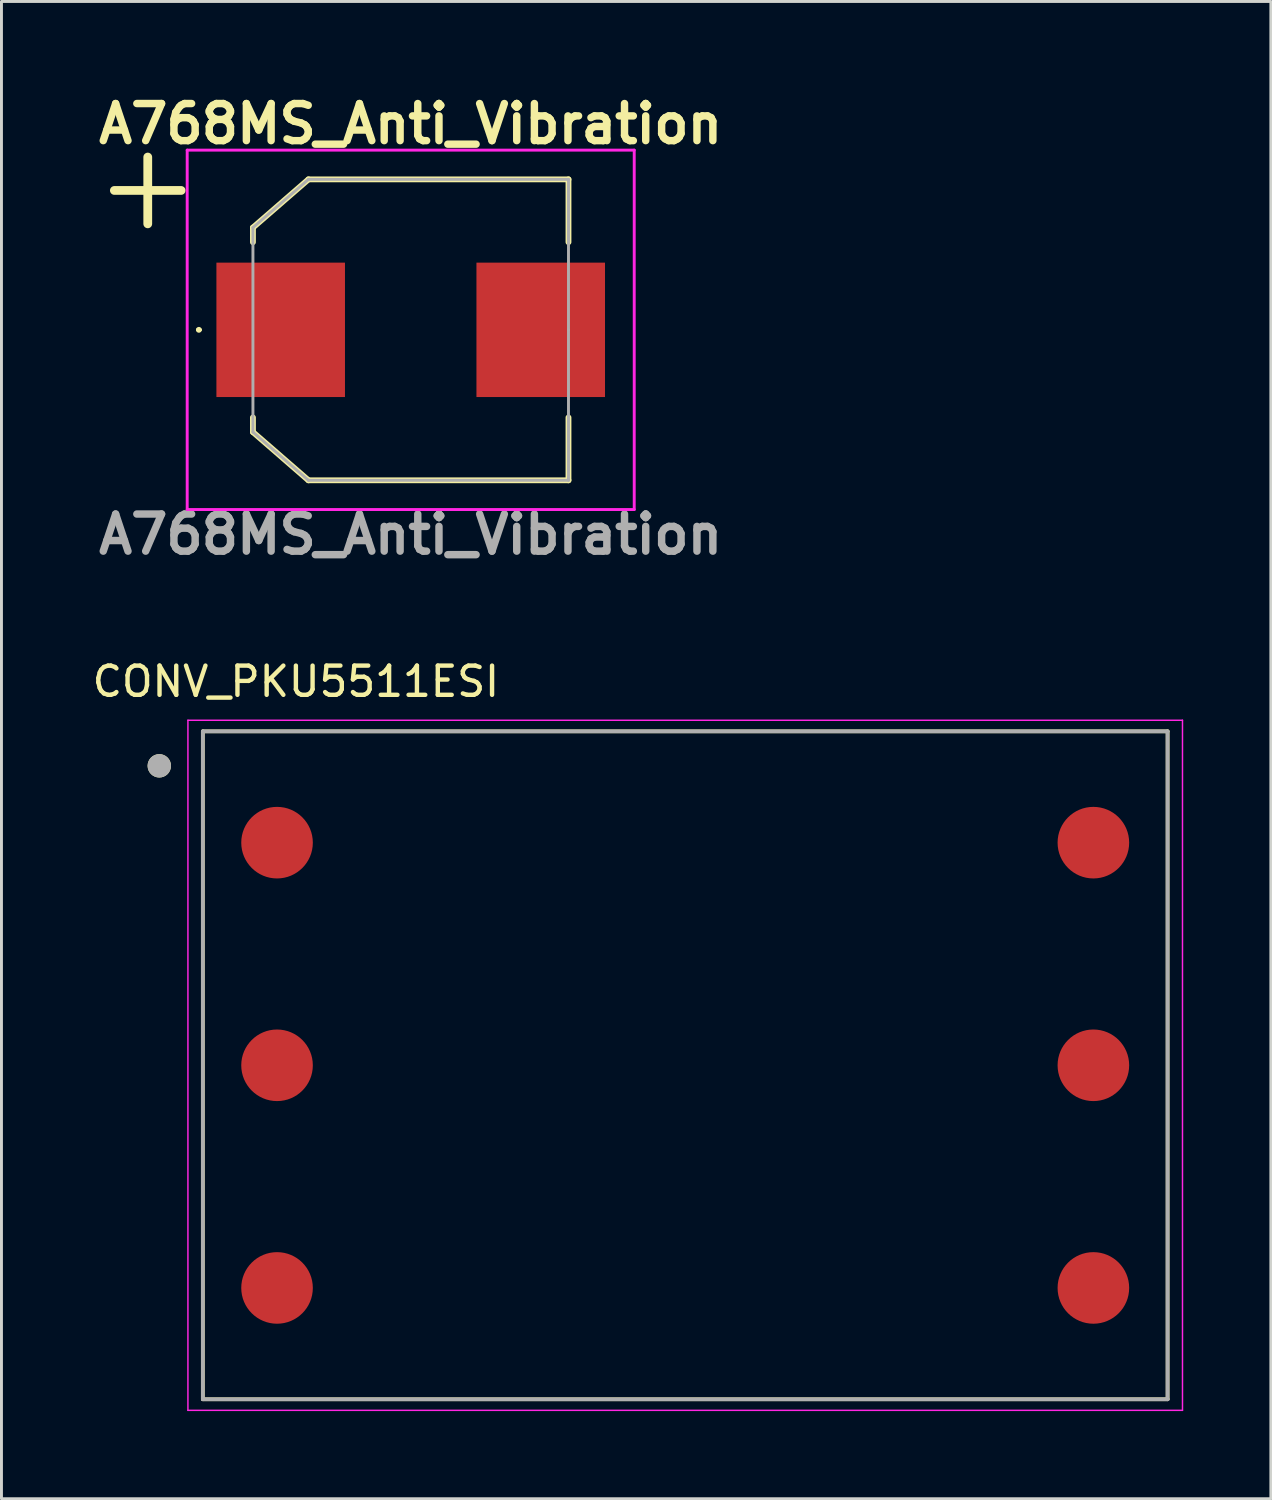
<source format=kicad_pcb>
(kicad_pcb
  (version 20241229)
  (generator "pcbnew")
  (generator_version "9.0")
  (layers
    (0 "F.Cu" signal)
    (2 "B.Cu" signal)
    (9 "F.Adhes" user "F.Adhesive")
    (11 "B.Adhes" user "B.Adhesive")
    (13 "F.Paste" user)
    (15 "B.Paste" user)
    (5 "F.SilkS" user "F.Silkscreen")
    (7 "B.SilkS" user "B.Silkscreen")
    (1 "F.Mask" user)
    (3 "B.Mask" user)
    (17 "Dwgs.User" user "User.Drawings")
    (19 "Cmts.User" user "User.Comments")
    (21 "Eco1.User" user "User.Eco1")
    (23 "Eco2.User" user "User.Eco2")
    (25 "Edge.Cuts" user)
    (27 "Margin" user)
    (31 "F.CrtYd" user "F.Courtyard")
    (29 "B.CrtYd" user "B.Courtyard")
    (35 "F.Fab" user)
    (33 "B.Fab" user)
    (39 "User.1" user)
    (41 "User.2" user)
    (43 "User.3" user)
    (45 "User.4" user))
  (footprint "A768MS_Anti_Vibration"
    (layer "F.Cu")
    (at 11.007 8.239)
    (property "Reference" "A768MS_Anti_Vibration" (at 0 -7.05 0) (layer "F.SilkS") (effects (font (size 1.27 1.27) (thickness 0.254))))
    (attr smd)
    (fp_line (start -7.3 0) (end -7.3 0) (stroke (width 0.1) (type solid)) (layer "F.SilkS"))
    (fp_line (start -7.2 0) (end -7.2 0) (stroke (width 0.1) (type solid)) (layer "F.SilkS"))
    (fp_line (start -5.4 -3.5) (end -5.4 -3) (stroke (width 0.2) (type solid)) (layer "F.SilkS"))
    (fp_line (start -5.4 3) (end -5.4 3.5) (stroke (width 0.2) (type solid)) (layer "F.SilkS"))
    (fp_line (start -5.4 3.5) (end -3.5 5.15) (stroke (width 0.2) (type solid)) (layer "F.SilkS"))
    (fp_line (start -3.5 -5.15) (end -5.4 -3.5) (stroke (width 0.2) (type solid)) (layer "F.SilkS"))
    (fp_line (start -3.5 5.15) (end 5.4 5.15) (stroke (width 0.2) (type solid)) (layer "F.SilkS"))
    (fp_line (start 5.4 -5.15) (end -3.5 -5.15) (stroke (width 0.2) (type solid)) (layer "F.SilkS"))
    (fp_line (start 5.4 -3) (end 5.4 -5.15) (stroke (width 0.2) (type solid)) (layer "F.SilkS"))
    (fp_line (start 5.4 5.15) (end 5.4 3) (stroke (width 0.2) (type solid)) (layer "F.SilkS"))
    (fp_arc (start -7.3 0) (mid -7.25 -0.05) (end -7.2 0) (stroke (width 0.1) (type solid)) (layer "F.SilkS"))
    (fp_arc (start -7.2 0) (mid -7.25 0.05) (end -7.3 0) (stroke (width 0.1) (type solid)) (layer "F.SilkS"))
    (fp_line (start -7.65 -6.15) (end 7.65 -6.15) (stroke (width 0.1) (type solid)) (layer "F.CrtYd"))
    (fp_line (start -7.65 6.15) (end -7.65 -6.15) (stroke (width 0.1) (type solid)) (layer "F.CrtYd"))
    (fp_line (start 7.65 -6.15) (end 7.65 6.15) (stroke (width 0.1) (type solid)) (layer "F.CrtYd"))
    (fp_line (start 7.65 6.15) (end -7.65 6.15) (stroke (width 0.1) (type solid)) (layer "F.CrtYd"))
    (fp_line (start -5.4 -3.5) (end -5.4 3.5) (stroke (width 0.1) (type solid)) (layer "F.Fab"))
    (fp_line (start -5.4 3.5) (end -3.5 5.15) (stroke (width 0.1) (type solid)) (layer "F.Fab"))
    (fp_line (start -3.5 -5.15) (end -5.4 -3.5) (stroke (width 0.1) (type solid)) (layer "F.Fab"))
    (fp_line (start -3.5 5.15) (end 5.4 5.15) (stroke (width 0.1) (type solid)) (layer "F.Fab"))
    (fp_line (start 5.4 -5.15) (end -3.5 -5.15) (stroke (width 0.1) (type solid)) (layer "F.Fab"))
    (fp_line (start 5.4 0) (end 5.4 -5.15) (stroke (width 0.1) (type solid)) (layer "F.Fab"))
    (fp_line (start 5.4 5.15) (end 5.4 0) (stroke (width 0.1) (type solid)) (layer "F.Fab"))
    (fp_text user "+" (at -9 -5 0) (unlocked yes) (layer "F.SilkS") (effects (font (size 3 3) (thickness 0.3))))
    (fp_text user "${REFERENCE}" (at 0 7 0) (layer "F.Fab") (effects (font (size 1.27 1.27) (thickness 0.254))))
    (pad "1" smd rect (at -4.45 0) (size 4.4 4.6) (layers "F.Cu" "F.Mask" "F.Paste"))
    (pad "2" smd rect (at 4.45 0) (size 4.4 4.6) (layers "F.Cu" "F.Mask" "F.Paste")))
  (footprint "CONV_PKU5511ESI"
    (layer "F.Cu")
    (at 20.402 33.411)
    (property "Reference" "CONV_PKU5511ESI" (at -13.325 -13.135 0) (layer "F.SilkS") (effects (font (size 1 1) (thickness 0.15))))
    (attr smd)
    (fp_line (start -16.51 -11.43) (end -16.51 11.43) (stroke (width 0.127) (type solid)) (layer "F.SilkS"))
    (fp_line (start -16.51 -11.43) (end 16.51 -11.43) (stroke (width 0.127) (type solid)) (layer "F.SilkS"))
    (fp_line (start 16.51 11.43) (end -16.51 11.43) (stroke (width 0.127) (type solid)) (layer "F.SilkS"))
    (fp_line (start 16.51 11.43) (end 16.51 -11.43) (stroke (width 0.127) (type solid)) (layer "F.SilkS"))
    (fp_circle (center -18 -10.25) (end -17.8 -10.25) (stroke (width 0.4) (type solid)) (fill no) (layer "F.SilkS"))
    (fp_line (start -17.02 -11.81) (end -17.02 11.81) (stroke (width 0.05) (type solid)) (layer "F.CrtYd"))
    (fp_line (start -17.02 11.81) (end 17.02 11.81) (stroke (width 0.05) (type solid)) (layer "F.CrtYd"))
    (fp_line (start 17.02 -11.81) (end -17.02 -11.81) (stroke (width 0.05) (type solid)) (layer "F.CrtYd"))
    (fp_line (start 17.02 11.81) (end 17.02 -11.81) (stroke (width 0.05) (type solid)) (layer "F.CrtYd"))
    (fp_line (start -16.51 -11.43) (end -16.51 11.43) (stroke (width 0.127) (type solid)) (layer "F.Fab"))
    (fp_line (start -16.51 -11.43) (end 16.51 -11.43) (stroke (width 0.127) (type solid)) (layer "F.Fab"))
    (fp_line (start 16.51 11.43) (end -16.51 11.43) (stroke (width 0.127) (type solid)) (layer "F.Fab"))
    (fp_line (start 16.51 11.43) (end 16.51 -11.43) (stroke (width 0.127) (type solid)) (layer "F.Fab"))
    (fp_circle (center -18 -10.25) (end -17.8 -10.25) (stroke (width 0.4) (type solid)) (fill no) (layer "F.Fab"))
    (pad "1" smd circle (at -13.97 -7.62) (size 2.45 2.45) (layers "F.Cu" "F.Mask" "F.Paste"))
    (pad "2" smd circle (at -13.97 0) (size 2.45 2.45) (layers "F.Cu" "F.Mask" "F.Paste"))
    (pad "3" smd circle (at -13.97 7.62) (size 2.45 2.45) (layers "F.Cu" "F.Mask" "F.Paste"))
    (pad "4" smd circle (at 13.97 7.62) (size 2.45 2.45) (layers "F.Cu" "F.Mask" "F.Paste"))
    (pad "6" smd circle (at 13.97 0) (size 2.45 2.45) (layers "F.Cu" "F.Mask" "F.Paste"))
    (pad "8" smd circle (at 13.97 -7.62) (size 2.45 2.45) (layers "F.Cu" "F.Mask" "F.Paste")))
  (gr_rect
    (start -3 -3)
    (end 40.447 48.246)
    (stroke (width 0.1) (type default))
    (fill no)
    (layer "Edge.Cuts")))
</source>
